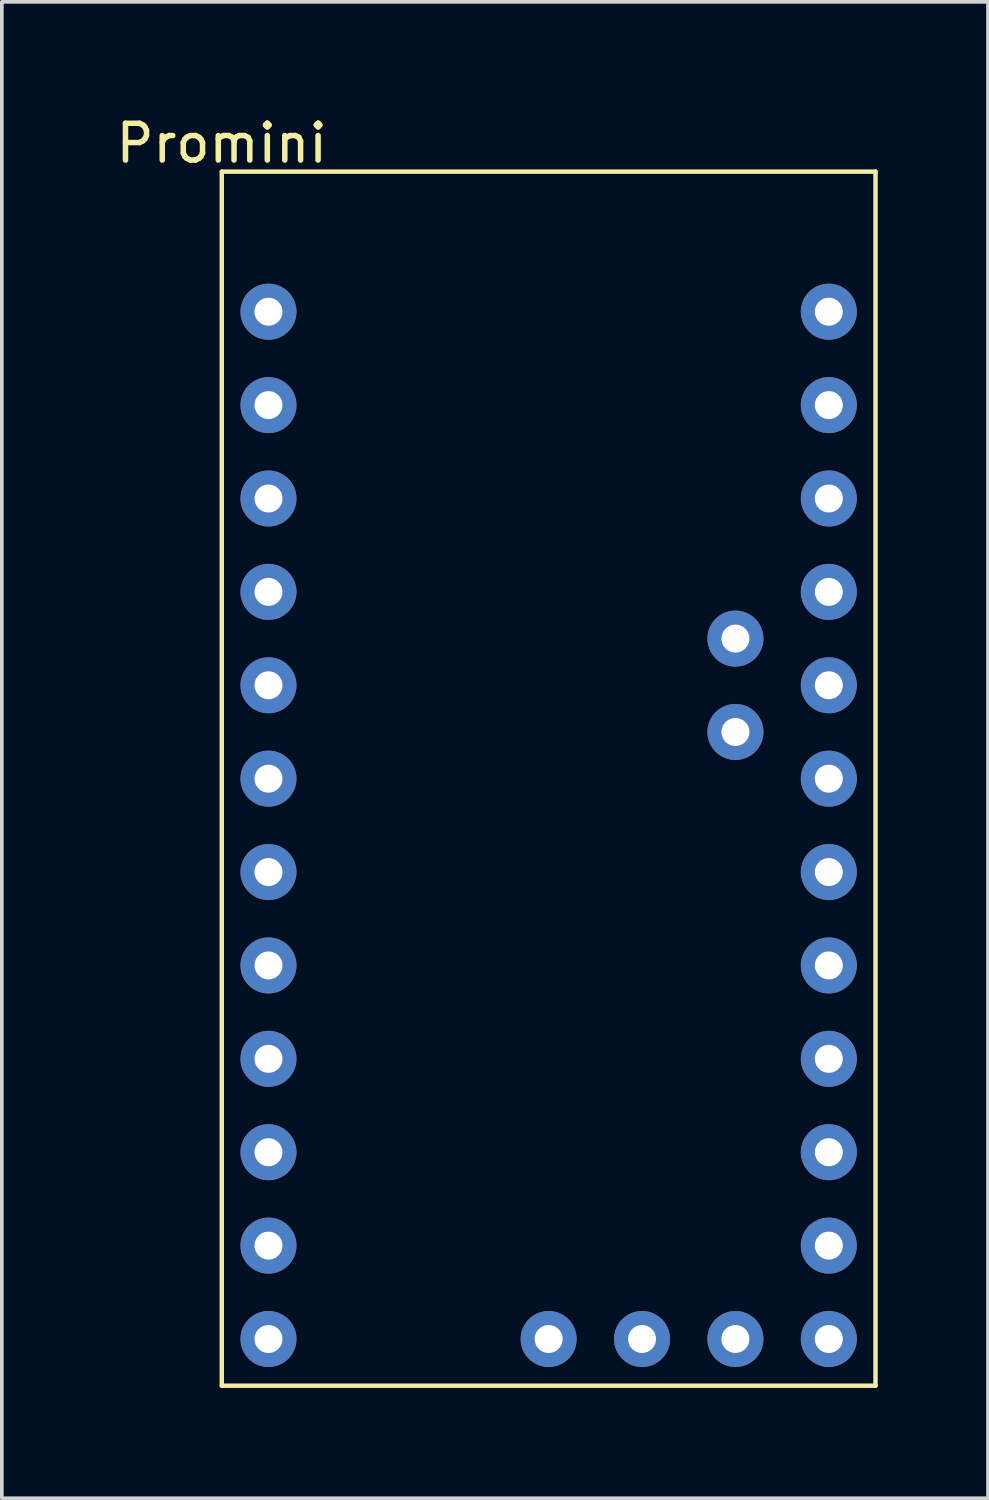
<source format=kicad_pcb>
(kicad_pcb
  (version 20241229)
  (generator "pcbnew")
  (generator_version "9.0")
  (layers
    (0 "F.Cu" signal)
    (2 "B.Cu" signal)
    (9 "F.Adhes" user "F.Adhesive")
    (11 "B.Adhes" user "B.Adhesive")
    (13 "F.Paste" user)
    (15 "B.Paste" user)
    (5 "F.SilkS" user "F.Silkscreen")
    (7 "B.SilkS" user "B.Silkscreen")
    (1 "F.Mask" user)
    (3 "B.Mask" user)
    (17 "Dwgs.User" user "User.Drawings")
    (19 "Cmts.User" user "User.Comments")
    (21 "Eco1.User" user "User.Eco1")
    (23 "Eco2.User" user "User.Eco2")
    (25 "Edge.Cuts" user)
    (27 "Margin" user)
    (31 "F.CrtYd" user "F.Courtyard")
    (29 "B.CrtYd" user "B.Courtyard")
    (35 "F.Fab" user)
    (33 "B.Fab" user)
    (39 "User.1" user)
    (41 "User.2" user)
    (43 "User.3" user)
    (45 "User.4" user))
  (footprint "Promini"
    (layer "F.Cu")
    (at 2.982 0.348)
    (property "Reference" "Promini" (at 0 0.5 0) (layer "F.SilkS") (effects (font (size 1 1) (thickness 0.15))))
    (attr through_hole)
    (fp_line (start 0 1.27) (end 0 34.29) (stroke (width 0.12) (type solid)) (layer "F.SilkS"))
    (fp_line (start 0 34.29) (end 17.78 34.29) (stroke (width 0.12) (type solid)) (layer "F.SilkS"))
    (fp_line (start 17.78 1.27) (end 0 1.27) (stroke (width 0.12) (type solid)) (layer "F.SilkS"))
    (fp_line (start 17.78 1.27) (end 17.78 34.29) (stroke (width 0.12) (type solid)) (layer "F.SilkS"))
    (pad "1" thru_hole circle (at 1.27 5.08) (size 1.524 1.524) (drill 0.762) (layers "*.Cu" "*.Mask"))
    (pad "2" thru_hole circle (at 1.27 7.62) (size 1.524 1.524) (drill 0.762) (layers "*.Cu" "*.Mask"))
    (pad "3" thru_hole circle (at 1.27 10.16) (size 1.524 1.524) (drill 0.762) (layers "*.Cu" "*.Mask"))
    (pad "4" thru_hole circle (at 1.27 12.7) (size 1.524 1.524) (drill 0.762) (layers "*.Cu" "*.Mask"))
    (pad "5" thru_hole circle (at 1.27 15.24) (size 1.524 1.524) (drill 0.762) (layers "*.Cu" "*.Mask"))
    (pad "6" thru_hole circle (at 1.27 17.78) (size 1.524 1.524) (drill 0.762) (layers "*.Cu" "*.Mask"))
    (pad "7" thru_hole circle (at 1.27 20.32) (size 1.524 1.524) (drill 0.762) (layers "*.Cu" "*.Mask"))
    (pad "8" thru_hole circle (at 1.27 22.86) (size 1.524 1.524) (drill 0.762) (layers "*.Cu" "*.Mask"))
    (pad "9" thru_hole circle (at 1.27 25.4) (size 1.524 1.524) (drill 0.762) (layers "*.Cu" "*.Mask"))
    (pad "10" thru_hole circle (at 1.27 27.94) (size 1.524 1.524) (drill 0.762) (layers "*.Cu" "*.Mask"))
    (pad "11" thru_hole circle (at 1.27 30.48) (size 1.524 1.524) (drill 0.762) (layers "*.Cu" "*.Mask"))
    (pad "12" thru_hole circle (at 1.27 33.02) (size 1.524 1.524) (drill 0.762) (layers "*.Cu" "*.Mask"))
    (pad "13" thru_hole circle (at 8.89 33.02) (size 1.524 1.524) (drill 0.762) (layers "*.Cu" "*.Mask"))
    (pad "14" thru_hole circle (at 11.43 33.02) (size 1.524 1.524) (drill 0.762) (layers "*.Cu" "*.Mask"))
    (pad "15" thru_hole circle (at 13.97 33.02) (size 1.524 1.524) (drill 0.762) (layers "*.Cu" "*.Mask"))
    (pad "16" thru_hole circle (at 16.51 33.02) (size 1.524 1.524) (drill 0.762) (layers "*.Cu" "*.Mask"))
    (pad "17" thru_hole circle (at 16.51 30.48) (size 1.524 1.524) (drill 0.762) (layers "*.Cu" "*.Mask"))
    (pad "18" thru_hole circle (at 16.51 27.94) (size 1.524 1.524) (drill 0.762) (layers "*.Cu" "*.Mask"))
    (pad "19" thru_hole circle (at 16.51 25.4) (size 1.524 1.524) (drill 0.762) (layers "*.Cu" "*.Mask"))
    (pad "20" thru_hole circle (at 16.51 22.86) (size 1.524 1.524) (drill 0.762) (layers "*.Cu" "*.Mask"))
    (pad "21" thru_hole circle (at 16.51 20.32) (size 1.524 1.524) (drill 0.762) (layers "*.Cu" "*.Mask"))
    (pad "22" thru_hole circle (at 16.51 17.78) (size 1.524 1.524) (drill 0.762) (layers "*.Cu" "*.Mask"))
    (pad "23" thru_hole circle (at 16.51 15.24) (size 1.524 1.524) (drill 0.762) (layers "*.Cu" "*.Mask"))
    (pad "24" thru_hole circle (at 16.51 12.7) (size 1.524 1.524) (drill 0.762) (layers "*.Cu" "*.Mask"))
    (pad "25" thru_hole circle (at 16.51 10.16) (size 1.524 1.524) (drill 0.762) (layers "*.Cu" "*.Mask"))
    (pad "26" thru_hole circle (at 16.51 7.62) (size 1.524 1.524) (drill 0.762) (layers "*.Cu" "*.Mask"))
    (pad "27" thru_hole circle (at 16.51 5.08) (size 1.524 1.524) (drill 0.762) (layers "*.Cu" "*.Mask"))
    (pad "28" thru_hole circle (at 13.97 16.51) (size 1.524 1.524) (drill 0.762) (layers "*.Cu" "*.Mask"))
    (pad "29" thru_hole circle (at 13.97 13.97) (size 1.524 1.524) (drill 0.762) (layers "*.Cu" "*.Mask")))
  (gr_rect
    (start -3 -3)
    (end 23.822 37.698)
    (stroke (width 0.1) (type default))
    (fill no)
    (layer "Edge.Cuts")))
</source>
